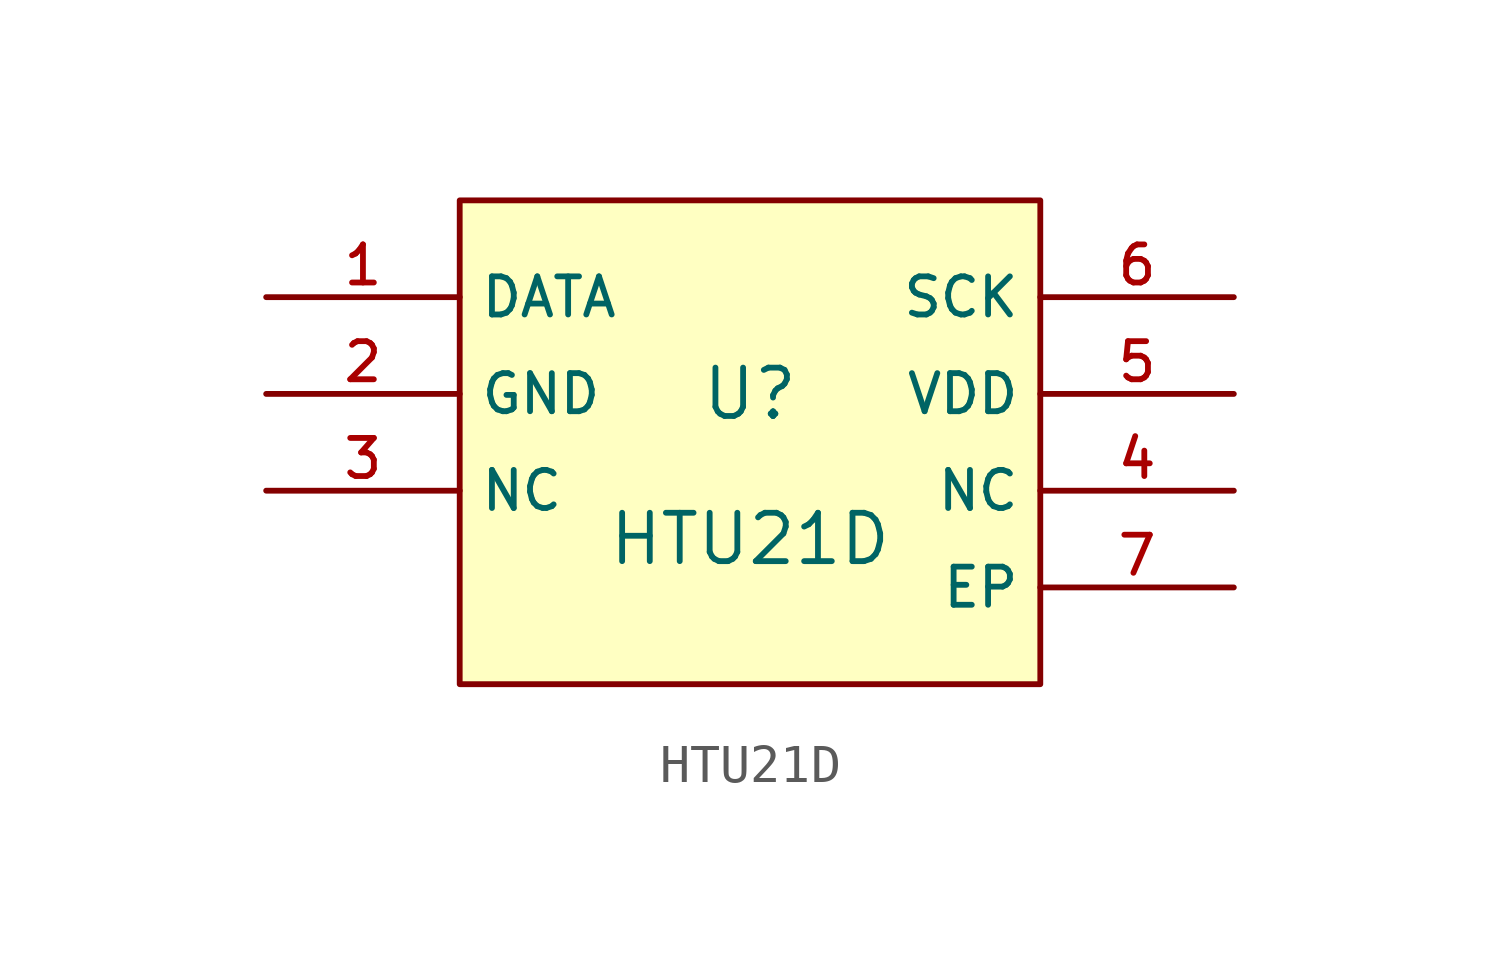
<source format=kicad_sym>
(kicad_symbol_lib
  (version 20210201)
  (generator TousstNicolas/JLC2KiCad_lib)
  (symbol "HTU21D"
    (property "Reference" "U"
      (at 0 1.27 0)
      (effects (font (size 1.27 1.27))))
    (property "Value" "HTU21D"
      (at 0 -2.54 0)
      (effects (font (size 1.27 1.27))))
    (symbol "HTU21D_0_1"
      (pin input line (at 12.7 3.81 180) (length 5.08) (name "SCK" (effects (font (size 1 1)))) (number "6" (effects (font (size 1 1)))))
      (pin unspecified line (at -12.7 3.81 0) (length 5.08) (name "DATA" (effects (font (size 1 1)))) (number "1" (effects (font (size 1 1)))))
      (pin power_in line (at -12.7 1.27 0) (length 5.08) (name "GND" (effects (font (size 1 1)))) (number "2" (effects (font (size 1 1)))))
      (pin power_in line (at 12.7 1.27 180) (length 5.08) (name "VDD" (effects (font (size 1 1)))) (number "5" (effects (font (size 1 1)))))
      (pin power_in line (at 12.7 -3.81 180) (length 5.08) (name "EP" (effects (font (size 1 1)))) (number "7" (effects (font (size 1 1)))))
      (pin power_in line (at -12.7 -1.27 0) (length 5.08) (name "NC" (effects (font (size 1 1)))) (number "3" (effects (font (size 1 1)))))
      (pin power_in line (at 12.7 -1.27 180) (length 5.08) (name "NC" (effects (font (size 1 1)))) (number "4" (effects (font (size 1 1)))))
      (rectangle (start -7.62 6.35) (end 7.62 -6.35) (stroke (width 0) (type default) (color 0 0 0 0)) (fill (type background))))))
</source>
